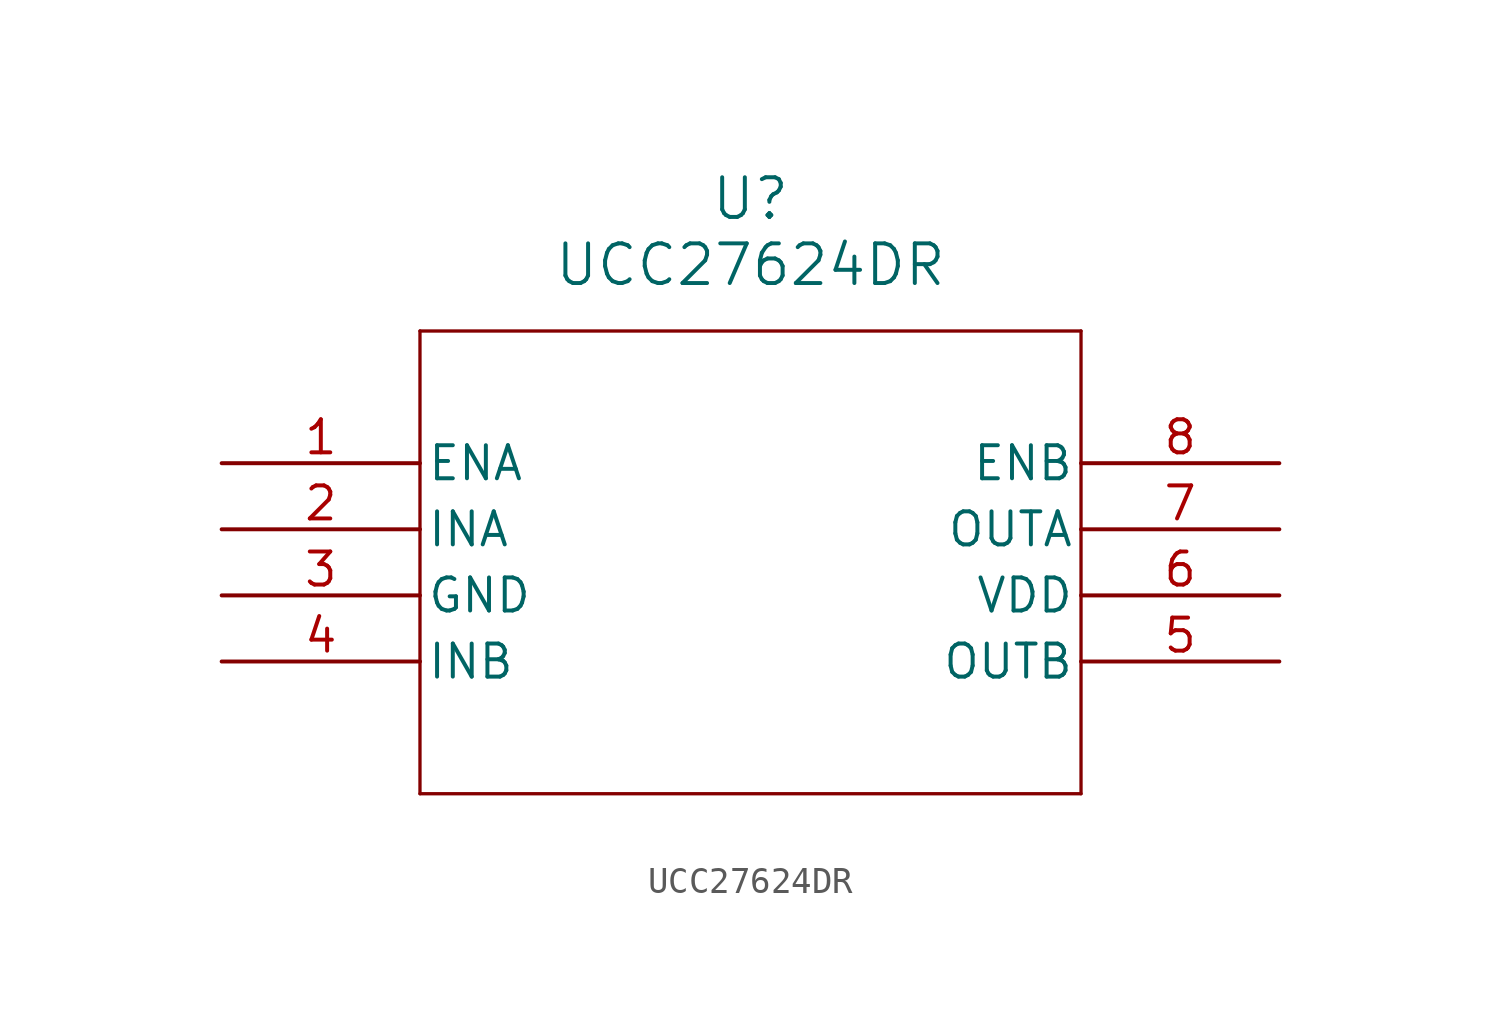
<source format=kicad_sym>
(kicad_symbol_lib
  (version 20211014)
  (generator kicad_symbol_editor)
  (symbol "UCC27624DR"
    (pin_names
      (offset 0.254))
    (property "Reference" "U"
      (at 20.32 10.16 0)
      (effects (font (size 1.524 1.524))))
    (property "Value" "UCC27624DR"
      (at 20.32 7.62 0)
      (effects (font (size 1.524 1.524))))
    (symbol "UCC27624DR_0_1"
      (polyline (pts (xy 7.62 5.08) (xy 7.62 -12.7)) (stroke (width 0.127) (type default) (color 0 0 0 0)) (fill (type none)))
      (polyline (pts (xy 7.62 -12.7) (xy 33.02 -12.7)) (stroke (width 0.127) (type default) (color 0 0 0 0)) (fill (type none)))
      (polyline (pts (xy 33.02 -12.7) (xy 33.02 5.08)) (stroke (width 0.127) (type default) (color 0 0 0 0)) (fill (type none)))
      (polyline (pts (xy 33.02 5.08) (xy 7.62 5.08)) (stroke (width 0.127) (type default) (color 0 0 0 0)) (fill (type none)))
      (pin input line (at 0 0 0) (length 7.62) (name "ENA" (effects (font (size 1.27 1.27)))) (number "1" (effects (font (size 1.27 1.27)))))
      (pin input line (at 0 -2.54 0) (length 7.62) (name "INA" (effects (font (size 1.27 1.27)))) (number "2" (effects (font (size 1.27 1.27)))))
      (pin power_out line (at 0 -5.08 0) (length 7.62) (name "GND" (effects (font (size 1.27 1.27)))) (number "3" (effects (font (size 1.27 1.27)))))
      (pin input line (at 0 -7.62 0) (length 7.62) (name "INB" (effects (font (size 1.27 1.27)))) (number "4" (effects (font (size 1.27 1.27)))))
      (pin output line (at 40.64 -7.62 180) (length 7.62) (name "OUTB" (effects (font (size 1.27 1.27)))) (number "5" (effects (font (size 1.27 1.27)))))
      (pin input line (at 40.64 -5.08 180) (length 7.62) (name "VDD" (effects (font (size 1.27 1.27)))) (number "6" (effects (font (size 1.27 1.27)))))
      (pin output line (at 40.64 -2.54 180) (length 7.62) (name "OUTA" (effects (font (size 1.27 1.27)))) (number "7" (effects (font (size 1.27 1.27)))))
      (pin input line (at 40.64 0 180) (length 7.62) (name "ENB" (effects (font (size 1.27 1.27)))) (number "8" (effects (font (size 1.27 1.27))))))))
</source>
